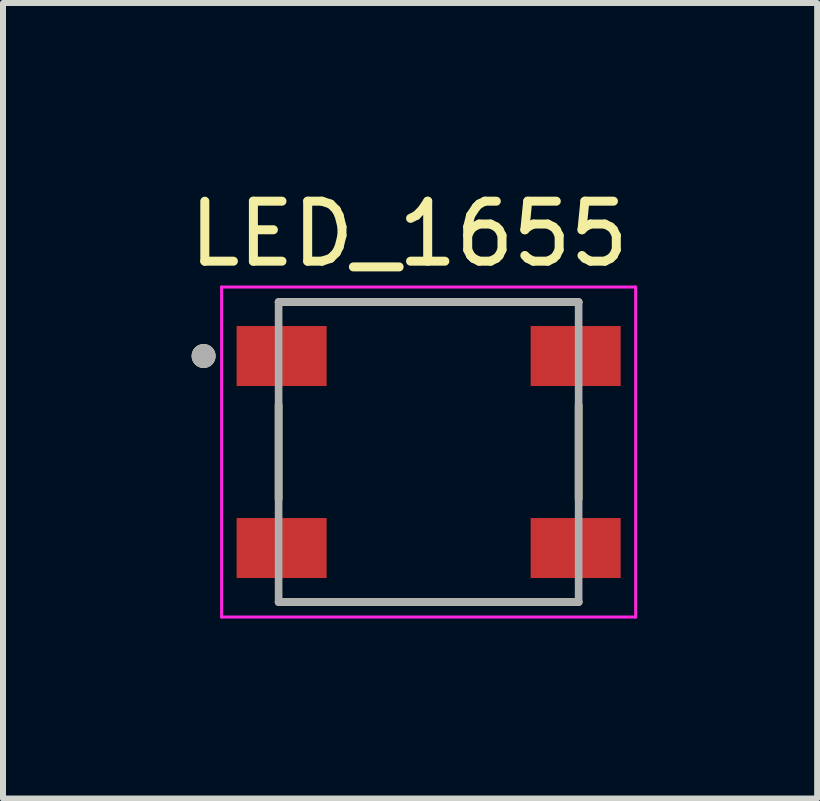
<source format=kicad_pcb>
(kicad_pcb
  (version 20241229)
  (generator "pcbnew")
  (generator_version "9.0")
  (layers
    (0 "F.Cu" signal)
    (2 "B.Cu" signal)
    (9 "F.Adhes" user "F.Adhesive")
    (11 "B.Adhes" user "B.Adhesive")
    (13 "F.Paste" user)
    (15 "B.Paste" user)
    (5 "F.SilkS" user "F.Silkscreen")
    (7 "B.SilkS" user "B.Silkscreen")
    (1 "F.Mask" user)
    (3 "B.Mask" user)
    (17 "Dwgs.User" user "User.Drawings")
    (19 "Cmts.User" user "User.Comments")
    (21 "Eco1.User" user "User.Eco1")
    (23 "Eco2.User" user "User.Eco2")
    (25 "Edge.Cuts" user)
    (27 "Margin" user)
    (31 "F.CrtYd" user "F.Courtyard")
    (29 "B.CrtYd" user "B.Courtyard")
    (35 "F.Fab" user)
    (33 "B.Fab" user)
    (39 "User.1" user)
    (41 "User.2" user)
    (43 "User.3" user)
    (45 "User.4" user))
  (footprint "LED_1655"
    (layer "F.Cu")
    (at 4.093 4.483)
    (property "Reference" "LED_1655" (at -0.325 -3.635 0) (layer "F.SilkS") (effects (font (size 1 1) (thickness 0.15))))
    (attr smd)
    (fp_line (start -2.5 0.786) (end -2.5 -0.786) (stroke (width 0.127) (type solid)) (layer "F.SilkS"))
    (fp_line (start -2.5 2.5) (end 2.5 2.5) (stroke (width 0.127) (type solid)) (layer "F.SilkS"))
    (fp_line (start 2.5 -2.5) (end -2.5 -2.5) (stroke (width 0.127) (type solid)) (layer "F.SilkS"))
    (fp_line (start 2.5 0.786) (end 2.5 -0.786) (stroke (width 0.127) (type solid)) (layer "F.SilkS"))
    (fp_circle (center -3.75 -1.6) (end -3.65 -1.6) (stroke (width 0.2) (type solid)) (fill no) (layer "F.SilkS"))
    (fp_line (start -3.45 -2.75) (end 3.45 -2.75) (stroke (width 0.05) (type solid)) (layer "F.CrtYd"))
    (fp_line (start -3.45 2.75) (end -3.45 -2.75) (stroke (width 0.05) (type solid)) (layer "F.CrtYd"))
    (fp_line (start 3.45 -2.75) (end 3.45 2.75) (stroke (width 0.05) (type solid)) (layer "F.CrtYd"))
    (fp_line (start 3.45 2.75) (end -3.45 2.75) (stroke (width 0.05) (type solid)) (layer "F.CrtYd"))
    (fp_line (start -2.5 -2.5) (end -2.5 2.5) (stroke (width 0.127) (type solid)) (layer "F.Fab"))
    (fp_line (start -2.5 2.5) (end 2.5 2.5) (stroke (width 0.127) (type solid)) (layer "F.Fab"))
    (fp_line (start 2.5 -2.5) (end -2.5 -2.5) (stroke (width 0.127) (type solid)) (layer "F.Fab"))
    (fp_line (start 2.5 2.5) (end 2.5 -2.5) (stroke (width 0.127) (type solid)) (layer "F.Fab"))
    (fp_circle (center -3.75 -1.6) (end -3.65 -1.6) (stroke (width 0.2) (type solid)) (fill no) (layer "F.Fab"))
    (pad "1" smd rect (at -2.45 -1.6) (size 1.5 1) (layers "F.Cu" "F.Mask" "F.Paste"))
    (pad "2" smd rect (at -2.45 1.6) (size 1.5 1) (layers "F.Cu" "F.Mask" "F.Paste"))
    (pad "3" smd rect (at 2.45 1.6) (size 1.5 1) (layers "F.Cu" "F.Mask" "F.Paste"))
    (pad "4" smd rect (at 2.45 -1.6) (size 1.5 1) (layers "F.Cu" "F.Mask" "F.Paste")))
  (gr_rect
    (start -3 -3)
    (end 10.568 10.258)
    (stroke (width 0.1) (type default))
    (fill no)
    (layer "Edge.Cuts")))
</source>
